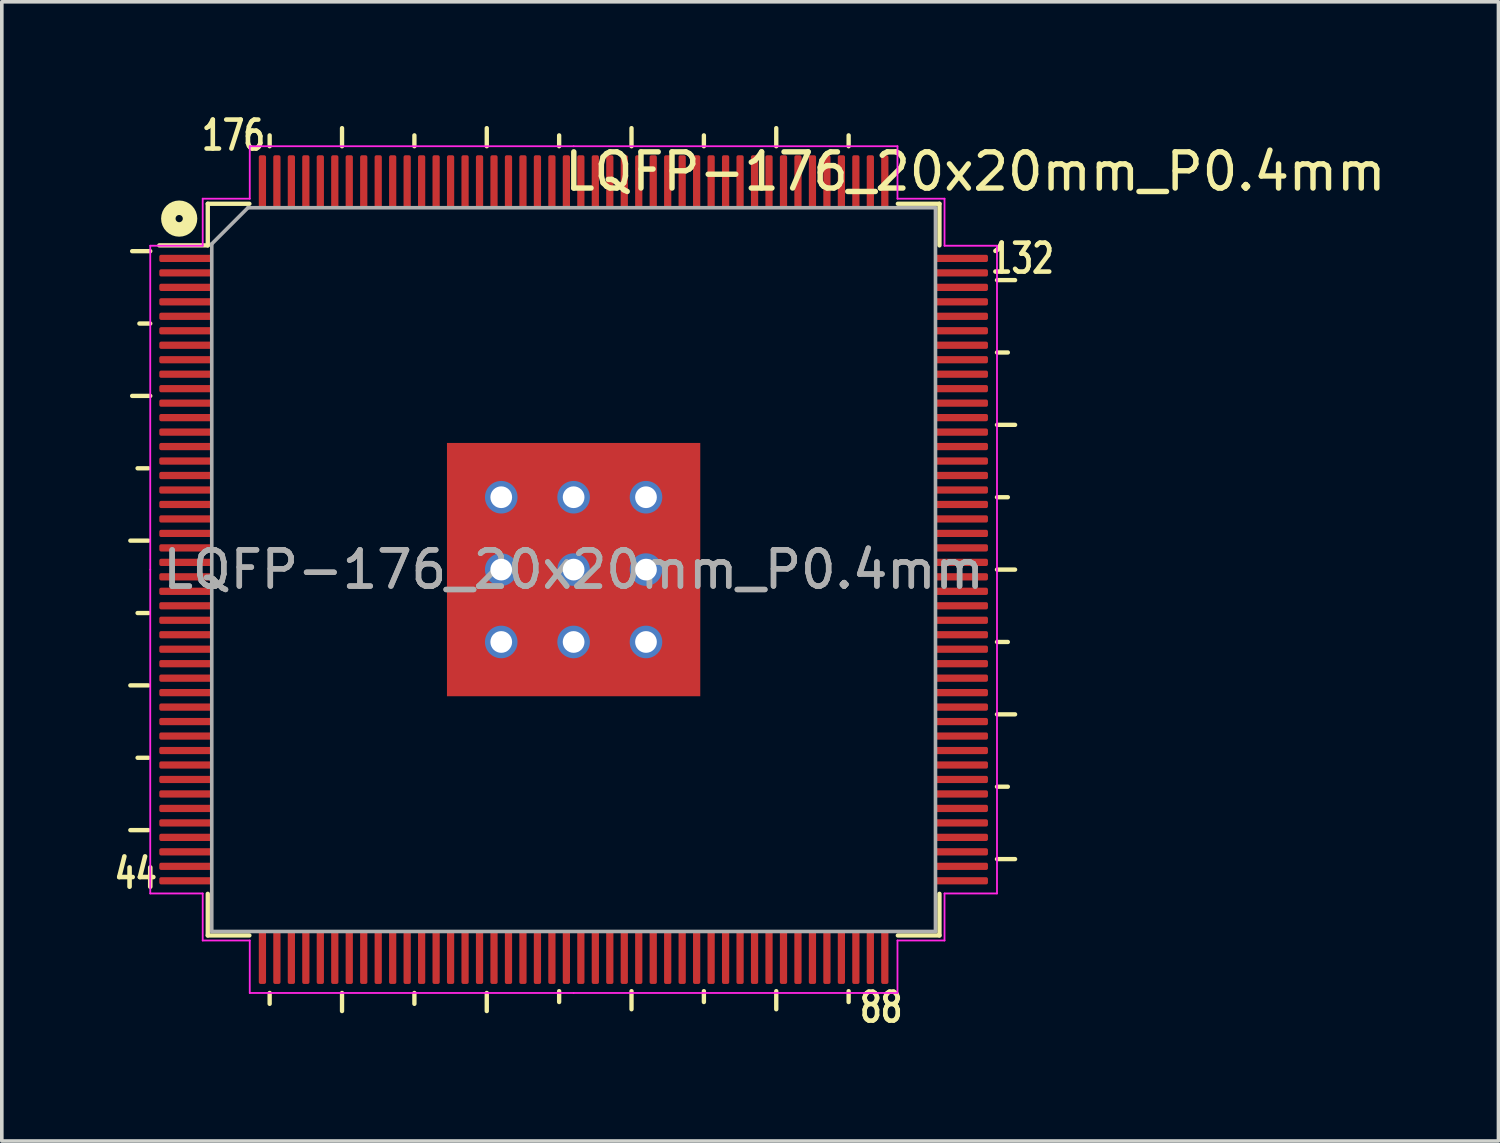
<source format=kicad_pcb>
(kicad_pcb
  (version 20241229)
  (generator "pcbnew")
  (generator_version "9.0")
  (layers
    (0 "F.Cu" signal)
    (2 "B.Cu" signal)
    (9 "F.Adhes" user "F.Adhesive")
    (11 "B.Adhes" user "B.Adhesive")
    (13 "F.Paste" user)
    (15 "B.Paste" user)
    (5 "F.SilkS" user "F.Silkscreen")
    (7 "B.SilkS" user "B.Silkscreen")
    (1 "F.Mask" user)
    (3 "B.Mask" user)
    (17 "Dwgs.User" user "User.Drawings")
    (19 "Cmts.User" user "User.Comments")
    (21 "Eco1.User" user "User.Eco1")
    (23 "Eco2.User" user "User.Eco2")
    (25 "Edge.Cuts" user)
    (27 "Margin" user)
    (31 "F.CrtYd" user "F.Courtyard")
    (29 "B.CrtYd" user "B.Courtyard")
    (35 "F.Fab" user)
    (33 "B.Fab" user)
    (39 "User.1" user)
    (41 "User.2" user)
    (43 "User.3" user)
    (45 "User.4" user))
  (footprint "LQFP-176_20x20mm_P0.4mm"
    (layer "F.Cu")
    (at 12.802 12.691)
    (property "Reference" "LQFP-176_20x20mm_P0.4mm" (at 11.1 -11 0) (layer "F.SilkS") (effects (font (size 1 1) (thickness 0.15))))
    (attr smd)
    (fp_line (start -11.75 -2.8) (end -12.05 -2.8) (stroke (width 0.12) (type solid)) (layer "F.SilkS"))
    (fp_line (start -11.75 -0.8) (end -12.25 -0.8) (stroke (width 0.12) (type solid)) (layer "F.SilkS"))
    (fp_line (start -11.75 1.2) (end -12.05 1.2) (stroke (width 0.12) (type solid)) (layer "F.SilkS"))
    (fp_line (start -11.75 3.2) (end -12.25 3.2) (stroke (width 0.12) (type solid)) (layer "F.SilkS"))
    (fp_line (start -11.75 5.2) (end -12.05 5.2) (stroke (width 0.12) (type solid)) (layer "F.SilkS"))
    (fp_line (start -11.75 7.2) (end -12.25 7.2) (stroke (width 0.12) (type solid)) (layer "F.SilkS"))
    (fp_line (start -11.7 -8.8) (end -12.2 -8.8) (stroke (width 0.12) (type solid)) (layer "F.SilkS"))
    (fp_line (start -11.7 -6.8) (end -12 -6.8) (stroke (width 0.12) (type solid)) (layer "F.SilkS"))
    (fp_line (start -11.7 -4.8) (end -12.2 -4.8) (stroke (width 0.12) (type solid)) (layer "F.SilkS"))
    (fp_line (start -10.11 -10.11) (end -10.11 -8.96) (stroke (width 0.12) (type solid)) (layer "F.SilkS"))
    (fp_line (start -10.11 -8.96) (end -11.45 -8.96) (stroke (width 0.12) (type solid)) (layer "F.SilkS"))
    (fp_line (start -10.11 10.11) (end -10.11 8.96) (stroke (width 0.12) (type solid)) (layer "F.SilkS"))
    (fp_line (start -8.96 -10.11) (end -10.11 -10.11) (stroke (width 0.12) (type solid)) (layer "F.SilkS"))
    (fp_line (start -8.96 10.11) (end -10.11 10.11) (stroke (width 0.12) (type solid)) (layer "F.SilkS"))
    (fp_line (start -8.4 -11.7) (end -8.4 -12) (stroke (width 0.12) (type solid)) (layer "F.SilkS"))
    (fp_line (start -8.4 11.7) (end -8.4 12) (stroke (width 0.12) (type solid)) (layer "F.SilkS"))
    (fp_line (start -6.4 -11.7) (end -6.4 -12.2) (stroke (width 0.12) (type solid)) (layer "F.SilkS"))
    (fp_line (start -6.4 11.7) (end -6.4 12.2) (stroke (width 0.12) (type solid)) (layer "F.SilkS"))
    (fp_line (start -4.4 -11.7) (end -4.4 -12) (stroke (width 0.12) (type solid)) (layer "F.SilkS"))
    (fp_line (start -4.4 11.7) (end -4.4 12) (stroke (width 0.12) (type solid)) (layer "F.SilkS"))
    (fp_line (start -2.4 -11.7) (end -2.4 -12.2) (stroke (width 0.12) (type solid)) (layer "F.SilkS"))
    (fp_line (start -2.4 11.7) (end -2.4 12.2) (stroke (width 0.12) (type solid)) (layer "F.SilkS"))
    (fp_line (start -0.4 -11.7) (end -0.4 -12) (stroke (width 0.12) (type solid)) (layer "F.SilkS"))
    (fp_line (start -0.4 11.65) (end -0.4 11.95) (stroke (width 0.12) (type solid)) (layer "F.SilkS"))
    (fp_line (start 1.6 -11.7) (end 1.6 -12.2) (stroke (width 0.12) (type solid)) (layer "F.SilkS"))
    (fp_line (start 1.6 11.65) (end 1.6 12.15) (stroke (width 0.12) (type solid)) (layer "F.SilkS"))
    (fp_line (start 3.6 -11.7) (end 3.6 -12) (stroke (width 0.12) (type solid)) (layer "F.SilkS"))
    (fp_line (start 3.6 11.65) (end 3.6 11.95) (stroke (width 0.12) (type solid)) (layer "F.SilkS"))
    (fp_line (start 5.6 -11.7) (end 5.6 -12.2) (stroke (width 0.12) (type solid)) (layer "F.SilkS"))
    (fp_line (start 5.6 11.65) (end 5.6 12.15) (stroke (width 0.12) (type solid)) (layer "F.SilkS"))
    (fp_line (start 7.6 -11.7) (end 7.6 -12) (stroke (width 0.12) (type solid)) (layer "F.SilkS"))
    (fp_line (start 7.6 11.65) (end 7.6 11.95) (stroke (width 0.12) (type solid)) (layer "F.SilkS"))
    (fp_line (start 8.96 -10.11) (end 10.11 -10.11) (stroke (width 0.12) (type solid)) (layer "F.SilkS"))
    (fp_line (start 8.96 10.11) (end 10.11 10.11) (stroke (width 0.12) (type solid)) (layer "F.SilkS"))
    (fp_line (start 10.11 -10.11) (end 10.11 -8.96) (stroke (width 0.12) (type solid)) (layer "F.SilkS"))
    (fp_line (start 10.11 10.11) (end 10.11 8.96) (stroke (width 0.12) (type solid)) (layer "F.SilkS"))
    (fp_line (start 11.7 -8) (end 12.2 -8) (stroke (width 0.12) (type solid)) (layer "F.SilkS"))
    (fp_line (start 11.7 -6) (end 12 -6) (stroke (width 0.12) (type solid)) (layer "F.SilkS"))
    (fp_line (start 11.7 -4) (end 12.2 -4) (stroke (width 0.12) (type solid)) (layer "F.SilkS"))
    (fp_line (start 11.7 -2) (end 12 -2) (stroke (width 0.12) (type solid)) (layer "F.SilkS"))
    (fp_line (start 11.7 0) (end 12.2 0) (stroke (width 0.12) (type solid)) (layer "F.SilkS"))
    (fp_line (start 11.7 2) (end 12 2) (stroke (width 0.12) (type solid)) (layer "F.SilkS"))
    (fp_line (start 11.7 4) (end 12.2 4) (stroke (width 0.12) (type solid)) (layer "F.SilkS"))
    (fp_line (start 11.7 6) (end 12 6) (stroke (width 0.12) (type solid)) (layer "F.SilkS"))
    (fp_line (start 11.7 8) (end 12.2 8) (stroke (width 0.12) (type solid)) (layer "F.SilkS"))
    (fp_circle (center -10.9 -9.7) (end -10.6 -9.7) (stroke (width 0.4) (type solid)) (fill no) (layer "F.SilkS"))
    (fp_line (start -11.7 -8.95) (end -11.7 0) (stroke (width 0.05) (type solid)) (layer "F.CrtYd"))
    (fp_line (start -11.7 8.95) (end -11.7 0) (stroke (width 0.05) (type solid)) (layer "F.CrtYd"))
    (fp_line (start -10.25 -10.25) (end -10.25 -8.95) (stroke (width 0.05) (type solid)) (layer "F.CrtYd"))
    (fp_line (start -10.25 -8.95) (end -11.7 -8.95) (stroke (width 0.05) (type solid)) (layer "F.CrtYd"))
    (fp_line (start -10.25 8.95) (end -11.7 8.95) (stroke (width 0.05) (type solid)) (layer "F.CrtYd"))
    (fp_line (start -10.25 10.25) (end -10.25 8.95) (stroke (width 0.05) (type solid)) (layer "F.CrtYd"))
    (fp_line (start -8.95 -11.7) (end -8.95 -10.25) (stroke (width 0.05) (type solid)) (layer "F.CrtYd"))
    (fp_line (start -8.95 -10.25) (end -10.25 -10.25) (stroke (width 0.05) (type solid)) (layer "F.CrtYd"))
    (fp_line (start -8.95 10.25) (end -10.25 10.25) (stroke (width 0.05) (type solid)) (layer "F.CrtYd"))
    (fp_line (start -8.95 11.7) (end -8.95 10.25) (stroke (width 0.05) (type solid)) (layer "F.CrtYd"))
    (fp_line (start 0 -11.7) (end -8.95 -11.7) (stroke (width 0.05) (type solid)) (layer "F.CrtYd"))
    (fp_line (start 0 -11.7) (end 8.95 -11.7) (stroke (width 0.05) (type solid)) (layer "F.CrtYd"))
    (fp_line (start 0 11.7) (end -8.95 11.7) (stroke (width 0.05) (type solid)) (layer "F.CrtYd"))
    (fp_line (start 0 11.7) (end 8.95 11.7) (stroke (width 0.05) (type solid)) (layer "F.CrtYd"))
    (fp_line (start 8.95 -11.7) (end 8.95 -10.25) (stroke (width 0.05) (type solid)) (layer "F.CrtYd"))
    (fp_line (start 8.95 -10.25) (end 10.25 -10.25) (stroke (width 0.05) (type solid)) (layer "F.CrtYd"))
    (fp_line (start 8.95 10.25) (end 10.25 10.25) (stroke (width 0.05) (type solid)) (layer "F.CrtYd"))
    (fp_line (start 8.95 11.7) (end 8.95 10.25) (stroke (width 0.05) (type solid)) (layer "F.CrtYd"))
    (fp_line (start 10.25 -10.25) (end 10.25 -8.95) (stroke (width 0.05) (type solid)) (layer "F.CrtYd"))
    (fp_line (start 10.25 -8.95) (end 11.7 -8.95) (stroke (width 0.05) (type solid)) (layer "F.CrtYd"))
    (fp_line (start 10.25 8.95) (end 11.7 8.95) (stroke (width 0.05) (type solid)) (layer "F.CrtYd"))
    (fp_line (start 10.25 10.25) (end 10.25 8.95) (stroke (width 0.05) (type solid)) (layer "F.CrtYd"))
    (fp_line (start 11.7 -8.95) (end 11.7 0) (stroke (width 0.05) (type solid)) (layer "F.CrtYd"))
    (fp_line (start 11.7 8.95) (end 11.7 0) (stroke (width 0.05) (type solid)) (layer "F.CrtYd"))
    (fp_line (start -10 -9) (end -9 -10) (stroke (width 0.1) (type solid)) (layer "F.Fab"))
    (fp_line (start -10 10) (end -10 -9) (stroke (width 0.1) (type solid)) (layer "F.Fab"))
    (fp_line (start -9 -10) (end 10 -10) (stroke (width 0.1) (type solid)) (layer "F.Fab"))
    (fp_line (start 10 -10) (end 10 10) (stroke (width 0.1) (type solid)) (layer "F.Fab"))
    (fp_line (start 10 10) (end -10 10) (stroke (width 0.1) (type solid)) (layer "F.Fab"))
    (fp_text user "88" (at 8.5 12.1 0) (unlocked yes) (layer "F.SilkS") (effects (font (size 0.8 0.6) (thickness 0.127))))
    (fp_text user "176" (at -9.4 -12 0) (unlocked yes) (layer "F.SilkS") (effects (font (size 0.8 0.6) (thickness 0.127))))
    (fp_text user "132" (at 12.4 -8.6 0) (unlocked yes) (layer "F.SilkS") (effects (font (size 0.8 0.6) (thickness 0.127))))
    (fp_text user "44" (at -12.1 8.4 0) (unlocked yes) (layer "F.SilkS") (effects (font (size 0.8 0.6) (thickness 0.127))))
    (fp_text user "${REFERENCE}" (at 0 0 0) (layer "F.Fab") (effects (font (size 1 1) (thickness 0.15))))
    (fp_text user "${REFERENCE}" (at 0 0 0) (layer "F.Fab") (effects (font (size 1 1) (thickness 0.15))))
    (pad "1" smd roundrect (at -10.713 -8.6) (size 1.475 0.2) (layers "F.Cu" "F.Mask" "F.Paste") (roundrect_rratio 0.25))
    (pad "2" smd roundrect (at -10.713 -8.2) (size 1.475 0.2) (layers "F.Cu" "F.Mask" "F.Paste") (roundrect_rratio 0.25))
    (pad "3" smd roundrect (at -10.713 -7.8) (size 1.475 0.2) (layers "F.Cu" "F.Mask" "F.Paste") (roundrect_rratio 0.25))
    (pad "4" smd roundrect (at -10.713 -7.4) (size 1.475 0.2) (layers "F.Cu" "F.Mask" "F.Paste") (roundrect_rratio 0.25))
    (pad "5" smd roundrect (at -10.713 -7) (size 1.475 0.2) (layers "F.Cu" "F.Mask" "F.Paste") (roundrect_rratio 0.25))
    (pad "6" smd roundrect (at -10.713 -6.6) (size 1.475 0.2) (layers "F.Cu" "F.Mask" "F.Paste") (roundrect_rratio 0.25))
    (pad "7" smd roundrect (at -10.713 -6.2) (size 1.475 0.2) (layers "F.Cu" "F.Mask" "F.Paste") (roundrect_rratio 0.25))
    (pad "8" smd roundrect (at -10.713 -5.8) (size 1.475 0.2) (layers "F.Cu" "F.Mask" "F.Paste") (roundrect_rratio 0.25))
    (pad "9" smd roundrect (at -10.713 -5.4) (size 1.475 0.2) (layers "F.Cu" "F.Mask" "F.Paste") (roundrect_rratio 0.25))
    (pad "10" smd roundrect (at -10.713 -5) (size 1.475 0.2) (layers "F.Cu" "F.Mask" "F.Paste") (roundrect_rratio 0.25))
    (pad "11" smd roundrect (at -10.713 -4.6) (size 1.475 0.2) (layers "F.Cu" "F.Mask" "F.Paste") (roundrect_rratio 0.25))
    (pad "12" smd roundrect (at -10.713 -4.2) (size 1.475 0.2) (layers "F.Cu" "F.Mask" "F.Paste") (roundrect_rratio 0.25))
    (pad "13" smd roundrect (at -10.713 -3.8) (size 1.475 0.2) (layers "F.Cu" "F.Mask" "F.Paste") (roundrect_rratio 0.25))
    (pad "14" smd roundrect (at -10.713 -3.4) (size 1.475 0.2) (layers "F.Cu" "F.Mask" "F.Paste") (roundrect_rratio 0.25))
    (pad "15" smd roundrect (at -10.713 -3) (size 1.475 0.2) (layers "F.Cu" "F.Mask" "F.Paste") (roundrect_rratio 0.25))
    (pad "16" smd roundrect (at -10.713 -2.6) (size 1.475 0.2) (layers "F.Cu" "F.Mask" "F.Paste") (roundrect_rratio 0.25))
    (pad "17" smd roundrect (at -10.713 -2.2) (size 1.475 0.2) (layers "F.Cu" "F.Mask" "F.Paste") (roundrect_rratio 0.25))
    (pad "18" smd roundrect (at -10.713 -1.8) (size 1.475 0.2) (layers "F.Cu" "F.Mask" "F.Paste") (roundrect_rratio 0.25))
    (pad "19" smd roundrect (at -10.713 -1.4) (size 1.475 0.2) (layers "F.Cu" "F.Mask" "F.Paste") (roundrect_rratio 0.25))
    (pad "20" smd roundrect (at -10.713 -1) (size 1.475 0.2) (layers "F.Cu" "F.Mask" "F.Paste") (roundrect_rratio 0.25))
    (pad "21" smd roundrect (at -10.713 -0.6) (size 1.475 0.2) (layers "F.Cu" "F.Mask" "F.Paste") (roundrect_rratio 0.25))
    (pad "22" smd roundrect (at -10.713 -0.2) (size 1.475 0.2) (layers "F.Cu" "F.Mask" "F.Paste") (roundrect_rratio 0.25))
    (pad "23" smd roundrect (at -10.713 0.2) (size 1.475 0.2) (layers "F.Cu" "F.Mask" "F.Paste") (roundrect_rratio 0.25))
    (pad "24" smd roundrect (at -10.713 0.6) (size 1.475 0.2) (layers "F.Cu" "F.Mask" "F.Paste") (roundrect_rratio 0.25))
    (pad "25" smd roundrect (at -10.713 1) (size 1.475 0.2) (layers "F.Cu" "F.Mask" "F.Paste") (roundrect_rratio 0.25))
    (pad "26" smd roundrect (at -10.713 1.4) (size 1.475 0.2) (layers "F.Cu" "F.Mask" "F.Paste") (roundrect_rratio 0.25))
    (pad "27" smd roundrect (at -10.713 1.8) (size 1.475 0.2) (layers "F.Cu" "F.Mask" "F.Paste") (roundrect_rratio 0.25))
    (pad "28" smd roundrect (at -10.713 2.2) (size 1.475 0.2) (layers "F.Cu" "F.Mask" "F.Paste") (roundrect_rratio 0.25))
    (pad "29" smd roundrect (at -10.713 2.6) (size 1.475 0.2) (layers "F.Cu" "F.Mask" "F.Paste") (roundrect_rratio 0.25))
    (pad "30" smd roundrect (at -10.713 3) (size 1.475 0.2) (layers "F.Cu" "F.Mask" "F.Paste") (roundrect_rratio 0.25))
    (pad "31" smd roundrect (at -10.713 3.4) (size 1.475 0.2) (layers "F.Cu" "F.Mask" "F.Paste") (roundrect_rratio 0.25))
    (pad "32" smd roundrect (at -10.713 3.8) (size 1.475 0.2) (layers "F.Cu" "F.Mask" "F.Paste") (roundrect_rratio 0.25))
    (pad "33" smd roundrect (at -10.713 4.2) (size 1.475 0.2) (layers "F.Cu" "F.Mask" "F.Paste") (roundrect_rratio 0.25))
    (pad "34" smd roundrect (at -10.713 4.6) (size 1.475 0.2) (layers "F.Cu" "F.Mask" "F.Paste") (roundrect_rratio 0.25))
    (pad "35" smd roundrect (at -10.713 5) (size 1.475 0.2) (layers "F.Cu" "F.Mask" "F.Paste") (roundrect_rratio 0.25))
    (pad "36" smd roundrect (at -10.713 5.4) (size 1.475 0.2) (layers "F.Cu" "F.Mask" "F.Paste") (roundrect_rratio 0.25))
    (pad "37" smd roundrect (at -10.713 5.8) (size 1.475 0.2) (layers "F.Cu" "F.Mask" "F.Paste") (roundrect_rratio 0.25))
    (pad "38" smd roundrect (at -10.713 6.2) (size 1.475 0.2) (layers "F.Cu" "F.Mask" "F.Paste") (roundrect_rratio 0.25))
    (pad "39" smd roundrect (at -10.713 6.6) (size 1.475 0.2) (layers "F.Cu" "F.Mask" "F.Paste") (roundrect_rratio 0.25))
    (pad "40" smd roundrect (at -10.713 7) (size 1.475 0.2) (layers "F.Cu" "F.Mask" "F.Paste") (roundrect_rratio 0.25))
    (pad "41" smd roundrect (at -10.713 7.4) (size 1.475 0.2) (layers "F.Cu" "F.Mask" "F.Paste") (roundrect_rratio 0.25))
    (pad "42" smd roundrect (at -10.713 7.8) (size 1.475 0.2) (layers "F.Cu" "F.Mask" "F.Paste") (roundrect_rratio 0.25))
    (pad "43" smd roundrect (at -10.713 8.2) (size 1.475 0.2) (layers "F.Cu" "F.Mask" "F.Paste") (roundrect_rratio 0.25))
    (pad "44" smd roundrect (at -10.713 8.6) (size 1.475 0.2) (layers "F.Cu" "F.Mask" "F.Paste") (roundrect_rratio 0.25))
    (pad "45" smd roundrect (at -8.6 10.713) (size 0.2 1.475) (layers "F.Cu" "F.Mask" "F.Paste") (roundrect_rratio 0.25))
    (pad "46" smd roundrect (at -8.2 10.713) (size 0.2 1.475) (layers "F.Cu" "F.Mask" "F.Paste") (roundrect_rratio 0.25))
    (pad "47" smd roundrect (at -7.8 10.713) (size 0.2 1.475) (layers "F.Cu" "F.Mask" "F.Paste") (roundrect_rratio 0.25))
    (pad "48" smd roundrect (at -7.4 10.713) (size 0.2 1.475) (layers "F.Cu" "F.Mask" "F.Paste") (roundrect_rratio 0.25))
    (pad "49" smd roundrect (at -7 10.713) (size 0.2 1.475) (layers "F.Cu" "F.Mask" "F.Paste") (roundrect_rratio 0.25))
    (pad "50" smd roundrect (at -6.6 10.713) (size 0.2 1.475) (layers "F.Cu" "F.Mask" "F.Paste") (roundrect_rratio 0.25))
    (pad "51" smd roundrect (at -6.2 10.713) (size 0.2 1.475) (layers "F.Cu" "F.Mask" "F.Paste") (roundrect_rratio 0.25))
    (pad "52" smd roundrect (at -5.8 10.713) (size 0.2 1.475) (layers "F.Cu" "F.Mask" "F.Paste") (roundrect_rratio 0.25))
    (pad "53" smd roundrect (at -5.4 10.713) (size 0.2 1.475) (layers "F.Cu" "F.Mask" "F.Paste") (roundrect_rratio 0.25))
    (pad "54" smd roundrect (at -5 10.713) (size 0.2 1.475) (layers "F.Cu" "F.Mask" "F.Paste") (roundrect_rratio 0.25))
    (pad "55" smd roundrect (at -4.6 10.713) (size 0.2 1.475) (layers "F.Cu" "F.Mask" "F.Paste") (roundrect_rratio 0.25))
    (pad "56" smd roundrect (at -4.2 10.713) (size 0.2 1.475) (layers "F.Cu" "F.Mask" "F.Paste") (roundrect_rratio 0.25))
    (pad "57" smd roundrect (at -3.8 10.713) (size 0.2 1.475) (layers "F.Cu" "F.Mask" "F.Paste") (roundrect_rratio 0.25))
    (pad "58" smd roundrect (at -3.4 10.713) (size 0.2 1.475) (layers "F.Cu" "F.Mask" "F.Paste") (roundrect_rratio 0.25))
    (pad "59" smd roundrect (at -3 10.713) (size 0.2 1.475) (layers "F.Cu" "F.Mask" "F.Paste") (roundrect_rratio 0.25))
    (pad "60" smd roundrect (at -2.6 10.713) (size 0.2 1.475) (layers "F.Cu" "F.Mask" "F.Paste") (roundrect_rratio 0.25))
    (pad "61" smd roundrect (at -2.2 10.713) (size 0.2 1.475) (layers "F.Cu" "F.Mask" "F.Paste") (roundrect_rratio 0.25))
    (pad "62" smd roundrect (at -1.8 10.713) (size 0.2 1.475) (layers "F.Cu" "F.Mask" "F.Paste") (roundrect_rratio 0.25))
    (pad "63" smd roundrect (at -1.4 10.713) (size 0.2 1.475) (layers "F.Cu" "F.Mask" "F.Paste") (roundrect_rratio 0.25))
    (pad "64" smd roundrect (at -1 10.713) (size 0.2 1.475) (layers "F.Cu" "F.Mask" "F.Paste") (roundrect_rratio 0.25))
    (pad "65" smd roundrect (at -0.6 10.713) (size 0.2 1.475) (layers "F.Cu" "F.Mask" "F.Paste") (roundrect_rratio 0.25))
    (pad "66" smd roundrect (at -0.2 10.713) (size 0.2 1.475) (layers "F.Cu" "F.Mask" "F.Paste") (roundrect_rratio 0.25))
    (pad "67" smd roundrect (at 0.2 10.713) (size 0.2 1.475) (layers "F.Cu" "F.Mask" "F.Paste") (roundrect_rratio 0.25))
    (pad "68" smd roundrect (at 0.6 10.713) (size 0.2 1.475) (layers "F.Cu" "F.Mask" "F.Paste") (roundrect_rratio 0.25))
    (pad "69" smd roundrect (at 1 10.713) (size 0.2 1.475) (layers "F.Cu" "F.Mask" "F.Paste") (roundrect_rratio 0.25))
    (pad "70" smd roundrect (at 1.4 10.713) (size 0.2 1.475) (layers "F.Cu" "F.Mask" "F.Paste") (roundrect_rratio 0.25))
    (pad "71" smd roundrect (at 1.8 10.713) (size 0.2 1.475) (layers "F.Cu" "F.Mask" "F.Paste") (roundrect_rratio 0.25))
    (pad "72" smd roundrect (at 2.2 10.713) (size 0.2 1.475) (layers "F.Cu" "F.Mask" "F.Paste") (roundrect_rratio 0.25))
    (pad "73" smd roundrect (at 2.6 10.713) (size 0.2 1.475) (layers "F.Cu" "F.Mask" "F.Paste") (roundrect_rratio 0.25))
    (pad "74" smd roundrect (at 3 10.713) (size 0.2 1.475) (layers "F.Cu" "F.Mask" "F.Paste") (roundrect_rratio 0.25))
    (pad "75" smd roundrect (at 3.4 10.713) (size 0.2 1.475) (layers "F.Cu" "F.Mask" "F.Paste") (roundrect_rratio 0.25))
    (pad "76" smd roundrect (at 3.8 10.713) (size 0.2 1.475) (layers "F.Cu" "F.Mask" "F.Paste") (roundrect_rratio 0.25))
    (pad "77" smd roundrect (at 4.2 10.713) (size 0.2 1.475) (layers "F.Cu" "F.Mask" "F.Paste") (roundrect_rratio 0.25))
    (pad "78" smd roundrect (at 4.6 10.713) (size 0.2 1.475) (layers "F.Cu" "F.Mask" "F.Paste") (roundrect_rratio 0.25))
    (pad "79" smd roundrect (at 5 10.713) (size 0.2 1.475) (layers "F.Cu" "F.Mask" "F.Paste") (roundrect_rratio 0.25))
    (pad "80" smd roundrect (at 5.4 10.713) (size 0.2 1.475) (layers "F.Cu" "F.Mask" "F.Paste") (roundrect_rratio 0.25))
    (pad "81" smd roundrect (at 5.8 10.713) (size 0.2 1.475) (layers "F.Cu" "F.Mask" "F.Paste") (roundrect_rratio 0.25))
    (pad "82" smd roundrect (at 6.2 10.713) (size 0.2 1.475) (layers "F.Cu" "F.Mask" "F.Paste") (roundrect_rratio 0.25))
    (pad "83" smd roundrect (at 6.6 10.713) (size 0.2 1.475) (layers "F.Cu" "F.Mask" "F.Paste") (roundrect_rratio 0.25))
    (pad "84" smd roundrect (at 7 10.713) (size 0.2 1.475) (layers "F.Cu" "F.Mask" "F.Paste") (roundrect_rratio 0.25))
    (pad "85" smd roundrect (at 7.4 10.713) (size 0.2 1.475) (layers "F.Cu" "F.Mask" "F.Paste") (roundrect_rratio 0.25))
    (pad "86" smd roundrect (at 7.8 10.713) (size 0.2 1.475) (layers "F.Cu" "F.Mask" "F.Paste") (roundrect_rratio 0.25))
    (pad "87" smd roundrect (at 8.2 10.713) (size 0.2 1.475) (layers "F.Cu" "F.Mask" "F.Paste") (roundrect_rratio 0.25))
    (pad "88" smd roundrect (at 8.6 10.713) (size 0.2 1.475) (layers "F.Cu" "F.Mask" "F.Paste") (roundrect_rratio 0.25))
    (pad "89" smd roundrect (at 10.713 8.6) (size 1.475 0.2) (layers "F.Cu" "F.Mask" "F.Paste") (roundrect_rratio 0.25))
    (pad "90" smd roundrect (at 10.713 8.2) (size 1.475 0.2) (layers "F.Cu" "F.Mask" "F.Paste") (roundrect_rratio 0.25))
    (pad "91" smd roundrect (at 10.713 7.8) (size 1.475 0.2) (layers "F.Cu" "F.Mask" "F.Paste") (roundrect_rratio 0.25))
    (pad "92" smd roundrect (at 10.713 7.4) (size 1.475 0.2) (layers "F.Cu" "F.Mask" "F.Paste") (roundrect_rratio 0.25))
    (pad "93" smd roundrect (at 10.713 7) (size 1.475 0.2) (layers "F.Cu" "F.Mask" "F.Paste") (roundrect_rratio 0.25))
    (pad "94" smd roundrect (at 10.713 6.6) (size 1.475 0.2) (layers "F.Cu" "F.Mask" "F.Paste") (roundrect_rratio 0.25))
    (pad "95" smd roundrect (at 10.713 6.2) (size 1.475 0.2) (layers "F.Cu" "F.Mask" "F.Paste") (roundrect_rratio 0.25))
    (pad "96" smd roundrect (at 10.713 5.8) (size 1.475 0.2) (layers "F.Cu" "F.Mask" "F.Paste") (roundrect_rratio 0.25))
    (pad "97" smd roundrect (at 10.713 5.4) (size 1.475 0.2) (layers "F.Cu" "F.Mask" "F.Paste") (roundrect_rratio 0.25))
    (pad "98" smd roundrect (at 10.713 5) (size 1.475 0.2) (layers "F.Cu" "F.Mask" "F.Paste") (roundrect_rratio 0.25))
    (pad "99" smd roundrect (at 10.713 4.6) (size 1.475 0.2) (layers "F.Cu" "F.Mask" "F.Paste") (roundrect_rratio 0.25))
    (pad "100" smd roundrect (at 10.713 4.2) (size 1.475 0.2) (layers "F.Cu" "F.Mask" "F.Paste") (roundrect_rratio 0.25))
    (pad "101" smd roundrect (at 10.713 3.8) (size 1.475 0.2) (layers "F.Cu" "F.Mask" "F.Paste") (roundrect_rratio 0.25))
    (pad "102" smd roundrect (at 10.713 3.4) (size 1.475 0.2) (layers "F.Cu" "F.Mask" "F.Paste") (roundrect_rratio 0.25))
    (pad "103" smd roundrect (at 10.713 3) (size 1.475 0.2) (layers "F.Cu" "F.Mask" "F.Paste") (roundrect_rratio 0.25))
    (pad "104" smd roundrect (at 10.713 2.6) (size 1.475 0.2) (layers "F.Cu" "F.Mask" "F.Paste") (roundrect_rratio 0.25))
    (pad "105" smd roundrect (at 10.713 2.2) (size 1.475 0.2) (layers "F.Cu" "F.Mask" "F.Paste") (roundrect_rratio 0.25))
    (pad "106" smd roundrect (at 10.713 1.8) (size 1.475 0.2) (layers "F.Cu" "F.Mask" "F.Paste") (roundrect_rratio 0.25))
    (pad "107" smd roundrect (at 10.713 1.4) (size 1.475 0.2) (layers "F.Cu" "F.Mask" "F.Paste") (roundrect_rratio 0.25))
    (pad "108" smd roundrect (at 10.713 1) (size 1.475 0.2) (layers "F.Cu" "F.Mask" "F.Paste") (roundrect_rratio 0.25))
    (pad "109" smd roundrect (at 10.713 0.6) (size 1.475 0.2) (layers "F.Cu" "F.Mask" "F.Paste") (roundrect_rratio 0.25))
    (pad "110" smd roundrect (at 10.713 0.2) (size 1.475 0.2) (layers "F.Cu" "F.Mask" "F.Paste") (roundrect_rratio 0.25))
    (pad "111" smd roundrect (at 10.713 -0.2) (size 1.475 0.2) (layers "F.Cu" "F.Mask" "F.Paste") (roundrect_rratio 0.25))
    (pad "112" smd roundrect (at 10.713 -0.6) (size 1.475 0.2) (layers "F.Cu" "F.Mask" "F.Paste") (roundrect_rratio 0.25))
    (pad "113" smd roundrect (at 10.713 -1) (size 1.475 0.2) (layers "F.Cu" "F.Mask" "F.Paste") (roundrect_rratio 0.25))
    (pad "114" smd roundrect (at 10.713 -1.4) (size 1.475 0.2) (layers "F.Cu" "F.Mask" "F.Paste") (roundrect_rratio 0.25))
    (pad "115" smd roundrect (at 10.713 -1.8) (size 1.475 0.2) (layers "F.Cu" "F.Mask" "F.Paste") (roundrect_rratio 0.25))
    (pad "116" smd roundrect (at 10.713 -2.2) (size 1.475 0.2) (layers "F.Cu" "F.Mask" "F.Paste") (roundrect_rratio 0.25))
    (pad "117" smd roundrect (at 10.713 -2.6) (size 1.475 0.2) (layers "F.Cu" "F.Mask" "F.Paste") (roundrect_rratio 0.25))
    (pad "118" smd roundrect (at 10.713 -3) (size 1.475 0.2) (layers "F.Cu" "F.Mask" "F.Paste") (roundrect_rratio 0.25))
    (pad "119" smd roundrect (at 10.713 -3.4) (size 1.475 0.2) (layers "F.Cu" "F.Mask" "F.Paste") (roundrect_rratio 0.25))
    (pad "120" smd roundrect (at 10.713 -3.8) (size 1.475 0.2) (layers "F.Cu" "F.Mask" "F.Paste") (roundrect_rratio 0.25))
    (pad "121" smd roundrect (at 10.713 -4.2) (size 1.475 0.2) (layers "F.Cu" "F.Mask" "F.Paste") (roundrect_rratio 0.25))
    (pad "122" smd roundrect (at 10.713 -4.6) (size 1.475 0.2) (layers "F.Cu" "F.Mask" "F.Paste") (roundrect_rratio 0.25))
    (pad "123" smd roundrect (at 10.713 -5) (size 1.475 0.2) (layers "F.Cu" "F.Mask" "F.Paste") (roundrect_rratio 0.25))
    (pad "124" smd roundrect (at 10.713 -5.4) (size 1.475 0.2) (layers "F.Cu" "F.Mask" "F.Paste") (roundrect_rratio 0.25))
    (pad "125" smd roundrect (at 10.713 -5.8) (size 1.475 0.2) (layers "F.Cu" "F.Mask" "F.Paste") (roundrect_rratio 0.25))
    (pad "126" smd roundrect (at 10.713 -6.2) (size 1.475 0.2) (layers "F.Cu" "F.Mask" "F.Paste") (roundrect_rratio 0.25))
    (pad "127" smd roundrect (at 10.713 -6.6) (size 1.475 0.2) (layers "F.Cu" "F.Mask" "F.Paste") (roundrect_rratio 0.25))
    (pad "128" smd roundrect (at 10.713 -7) (size 1.475 0.2) (layers "F.Cu" "F.Mask" "F.Paste") (roundrect_rratio 0.25))
    (pad "129" smd roundrect (at 10.713 -7.4) (size 1.475 0.2) (layers "F.Cu" "F.Mask" "F.Paste") (roundrect_rratio 0.25))
    (pad "130" smd roundrect (at 10.713 -7.8) (size 1.475 0.2) (layers "F.Cu" "F.Mask" "F.Paste") (roundrect_rratio 0.25))
    (pad "131" smd roundrect (at 10.713 -8.2) (size 1.475 0.2) (layers "F.Cu" "F.Mask" "F.Paste") (roundrect_rratio 0.25))
    (pad "132" smd roundrect (at 10.713 -8.6) (size 1.475 0.2) (layers "F.Cu" "F.Mask" "F.Paste") (roundrect_rratio 0.25))
    (pad "133" smd roundrect (at 8.6 -10.713) (size 0.2 1.475) (layers "F.Cu" "F.Mask" "F.Paste") (roundrect_rratio 0.25))
    (pad "134" smd roundrect (at 8.2 -10.713) (size 0.2 1.475) (layers "F.Cu" "F.Mask" "F.Paste") (roundrect_rratio 0.25))
    (pad "135" smd roundrect (at 7.8 -10.713) (size 0.2 1.475) (layers "F.Cu" "F.Mask" "F.Paste") (roundrect_rratio 0.25))
    (pad "136" smd roundrect (at 7.4 -10.713) (size 0.2 1.475) (layers "F.Cu" "F.Mask" "F.Paste") (roundrect_rratio 0.25))
    (pad "137" smd roundrect (at 7 -10.713) (size 0.2 1.475) (layers "F.Cu" "F.Mask" "F.Paste") (roundrect_rratio 0.25))
    (pad "138" smd roundrect (at 6.6 -10.713) (size 0.2 1.475) (layers "F.Cu" "F.Mask" "F.Paste") (roundrect_rratio 0.25))
    (pad "139" smd roundrect (at 6.2 -10.713) (size 0.2 1.475) (layers "F.Cu" "F.Mask" "F.Paste") (roundrect_rratio 0.25))
    (pad "140" smd roundrect (at 5.8 -10.713) (size 0.2 1.475) (layers "F.Cu" "F.Mask" "F.Paste") (roundrect_rratio 0.25))
    (pad "141" smd roundrect (at 5.4 -10.713) (size 0.2 1.475) (layers "F.Cu" "F.Mask" "F.Paste") (roundrect_rratio 0.25))
    (pad "142" smd roundrect (at 5 -10.713) (size 0.2 1.475) (layers "F.Cu" "F.Mask" "F.Paste") (roundrect_rratio 0.25))
    (pad "143" smd roundrect (at 4.6 -10.713) (size 0.2 1.475) (layers "F.Cu" "F.Mask" "F.Paste") (roundrect_rratio 0.25))
    (pad "144" smd roundrect (at 4.2 -10.713) (size 0.2 1.475) (layers "F.Cu" "F.Mask" "F.Paste") (roundrect_rratio 0.25))
    (pad "145" smd roundrect (at 3.8 -10.713) (size 0.2 1.475) (layers "F.Cu" "F.Mask" "F.Paste") (roundrect_rratio 0.25))
    (pad "146" smd roundrect (at 3.4 -10.713) (size 0.2 1.475) (layers "F.Cu" "F.Mask" "F.Paste") (roundrect_rratio 0.25))
    (pad "147" smd roundrect (at 3 -10.713) (size 0.2 1.475) (layers "F.Cu" "F.Mask" "F.Paste") (roundrect_rratio 0.25))
    (pad "148" smd roundrect (at 2.6 -10.713) (size 0.2 1.475) (layers "F.Cu" "F.Mask" "F.Paste") (roundrect_rratio 0.25))
    (pad "149" smd roundrect (at 2.2 -10.713) (size 0.2 1.475) (layers "F.Cu" "F.Mask" "F.Paste") (roundrect_rratio 0.25))
    (pad "150" smd roundrect (at 1.8 -10.713) (size 0.2 1.475) (layers "F.Cu" "F.Mask" "F.Paste") (roundrect_rratio 0.25))
    (pad "151" smd roundrect (at 1.4 -10.713) (size 0.2 1.475) (layers "F.Cu" "F.Mask" "F.Paste") (roundrect_rratio 0.25))
    (pad "152" smd roundrect (at 1 -10.713) (size 0.2 1.475) (layers "F.Cu" "F.Mask" "F.Paste") (roundrect_rratio 0.25))
    (pad "153" smd roundrect (at 0.6 -10.713) (size 0.2 1.475) (layers "F.Cu" "F.Mask" "F.Paste") (roundrect_rratio 0.25))
    (pad "154" smd roundrect (at 0.2 -10.713) (size 0.2 1.475) (layers "F.Cu" "F.Mask" "F.Paste") (roundrect_rratio 0.25))
    (pad "155" smd roundrect (at -0.2 -10.713) (size 0.2 1.475) (layers "F.Cu" "F.Mask" "F.Paste") (roundrect_rratio 0.25))
    (pad "156" smd roundrect (at -0.6 -10.713) (size 0.2 1.475) (layers "F.Cu" "F.Mask" "F.Paste") (roundrect_rratio 0.25))
    (pad "157" smd roundrect (at -1 -10.713) (size 0.2 1.475) (layers "F.Cu" "F.Mask" "F.Paste") (roundrect_rratio 0.25))
    (pad "158" smd roundrect (at -1.4 -10.713) (size 0.2 1.475) (layers "F.Cu" "F.Mask" "F.Paste") (roundrect_rratio 0.25))
    (pad "159" smd roundrect (at -1.8 -10.713) (size 0.2 1.475) (layers "F.Cu" "F.Mask" "F.Paste") (roundrect_rratio 0.25))
    (pad "160" smd roundrect (at -2.2 -10.713) (size 0.2 1.475) (layers "F.Cu" "F.Mask" "F.Paste") (roundrect_rratio 0.25))
    (pad "161" smd roundrect (at -2.6 -10.713) (size 0.2 1.475) (layers "F.Cu" "F.Mask" "F.Paste") (roundrect_rratio 0.25))
    (pad "162" smd roundrect (at -3 -10.713) (size 0.2 1.475) (layers "F.Cu" "F.Mask" "F.Paste") (roundrect_rratio 0.25))
    (pad "163" smd roundrect (at -3.4 -10.713) (size 0.2 1.475) (layers "F.Cu" "F.Mask" "F.Paste") (roundrect_rratio 0.25))
    (pad "164" smd roundrect (at -3.8 -10.713) (size 0.2 1.475) (layers "F.Cu" "F.Mask" "F.Paste") (roundrect_rratio 0.25))
    (pad "165" smd roundrect (at -4.2 -10.713) (size 0.2 1.475) (layers "F.Cu" "F.Mask" "F.Paste") (roundrect_rratio 0.25))
    (pad "166" smd roundrect (at -4.6 -10.713) (size 0.2 1.475) (layers "F.Cu" "F.Mask" "F.Paste") (roundrect_rratio 0.25))
    (pad "167" smd roundrect (at -5 -10.713) (size 0.2 1.475) (layers "F.Cu" "F.Mask" "F.Paste") (roundrect_rratio 0.25))
    (pad "168" smd roundrect (at -5.4 -10.713) (size 0.2 1.475) (layers "F.Cu" "F.Mask" "F.Paste") (roundrect_rratio 0.25))
    (pad "169" smd roundrect (at -5.8 -10.713) (size 0.2 1.475) (layers "F.Cu" "F.Mask" "F.Paste") (roundrect_rratio 0.25))
    (pad "170" smd roundrect (at -6.2 -10.713) (size 0.2 1.475) (layers "F.Cu" "F.Mask" "F.Paste") (roundrect_rratio 0.25))
    (pad "171" smd roundrect (at -6.6 -10.713) (size 0.2 1.475) (layers "F.Cu" "F.Mask" "F.Paste") (roundrect_rratio 0.25))
    (pad "172" smd roundrect (at -7 -10.713) (size 0.2 1.475) (layers "F.Cu" "F.Mask" "F.Paste") (roundrect_rratio 0.25))
    (pad "173" smd roundrect (at -7.4 -10.713) (size 0.2 1.475) (layers "F.Cu" "F.Mask" "F.Paste") (roundrect_rratio 0.25))
    (pad "174" smd roundrect (at -7.8 -10.713) (size 0.2 1.475) (layers "F.Cu" "F.Mask" "F.Paste") (roundrect_rratio 0.25))
    (pad "175" smd roundrect (at -8.2 -10.713) (size 0.2 1.475) (layers "F.Cu" "F.Mask" "F.Paste") (roundrect_rratio 0.25))
    (pad "176" smd roundrect (at -8.6 -10.713) (size 0.2 1.475) (layers "F.Cu" "F.Mask" "F.Paste") (roundrect_rratio 0.25))
    (pad "177" thru_hole circle (at -2 -2) (size 0.9 0.9) (drill 0.6) (layers "*.Cu" "*.Mask"))
    (pad "177" thru_hole circle (at -2 0) (size 0.9 0.9) (drill 0.6) (layers "*.Cu" "*.Mask"))
    (pad "177" thru_hole circle (at -2 2) (size 0.9 0.9) (drill 0.6) (layers "*.Cu" "*.Mask"))
    (pad "177" thru_hole circle (at 0 -2) (size 0.9 0.9) (drill 0.6) (layers "*.Cu" "*.Mask"))
    (pad "177" thru_hole circle (at 0 0) (size 0.9 0.9) (drill 0.6) (layers "*.Cu" "*.Mask"))
    (pad "177" smd rect (at 0 0) (size 7 7) (layers "F.Cu" "F.Mask" "F.Paste"))
    (pad "177" thru_hole circle (at 0 2) (size 0.9 0.9) (drill 0.6) (layers "*.Cu" "*.Mask"))
    (pad "177" thru_hole circle (at 2 -2) (size 0.9 0.9) (drill 0.6) (layers "*.Cu" "*.Mask"))
    (pad "177" thru_hole circle (at 2 0) (size 0.9 0.9) (drill 0.6) (layers "*.Cu" "*.Mask"))
    (pad "177" thru_hole circle (at 2 2) (size 0.9 0.9) (drill 0.6) (layers "*.Cu" "*.Mask")))
  (gr_rect
    (start -3 -3)
    (end 38.36 28.482)
    (stroke (width 0.1) (type default))
    (fill no)
    (layer "Edge.Cuts")))
</source>
